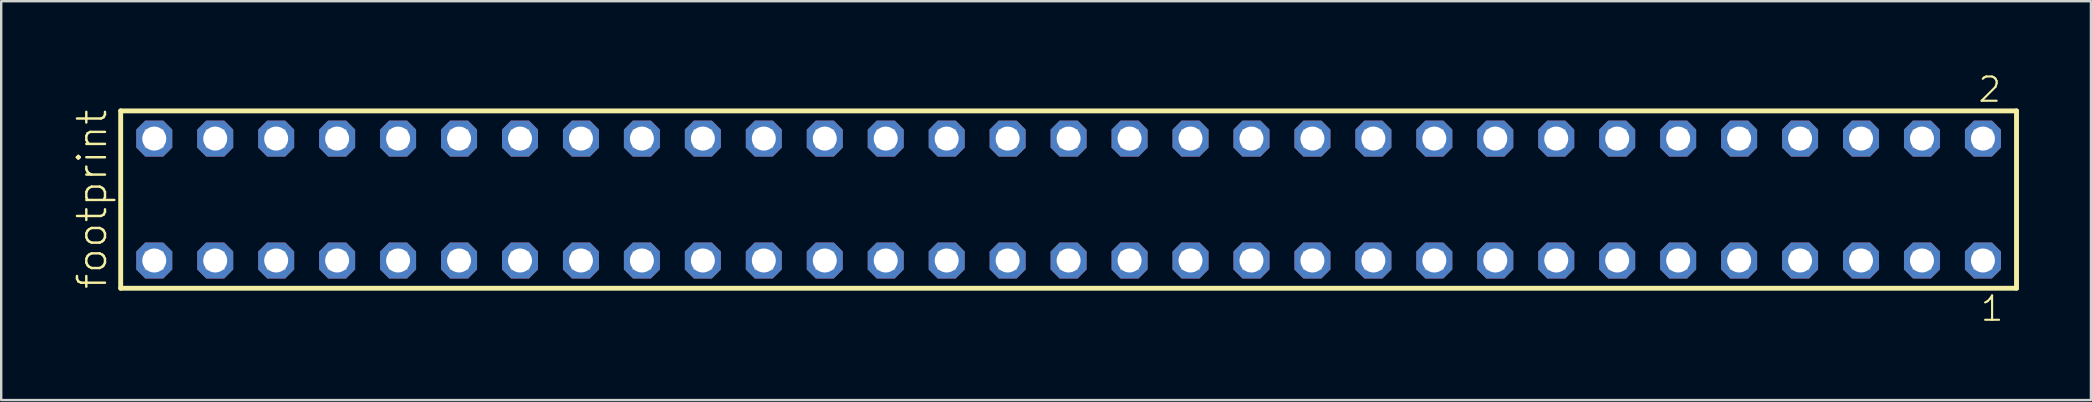
<source format=kicad_pcb>
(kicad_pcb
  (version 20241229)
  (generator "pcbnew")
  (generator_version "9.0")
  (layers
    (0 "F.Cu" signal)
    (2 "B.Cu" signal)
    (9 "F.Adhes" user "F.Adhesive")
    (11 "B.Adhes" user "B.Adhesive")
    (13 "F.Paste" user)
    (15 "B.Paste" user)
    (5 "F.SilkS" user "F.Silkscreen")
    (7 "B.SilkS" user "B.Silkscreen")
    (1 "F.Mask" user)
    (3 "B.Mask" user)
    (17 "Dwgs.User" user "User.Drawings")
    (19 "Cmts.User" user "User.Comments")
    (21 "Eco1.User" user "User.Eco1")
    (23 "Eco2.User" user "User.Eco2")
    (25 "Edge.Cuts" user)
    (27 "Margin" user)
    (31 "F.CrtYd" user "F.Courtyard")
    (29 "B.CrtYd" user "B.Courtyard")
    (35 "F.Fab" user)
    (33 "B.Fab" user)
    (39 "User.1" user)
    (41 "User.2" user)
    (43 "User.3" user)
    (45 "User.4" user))
  (footprint "footprint"
    (layer "F.Cu")
    (at 41.478 5.265)
    (property "Reference" "footprint" (at -40.005 3.81 90) (layer "F.SilkS") (effects (font (size 1.168 1.168) (thickness 0.102)) (justify left bottom)))
    (fp_line (start -39.499 -3.695) (end 39.499 -3.695) (stroke (width 0.203) (type solid)) (layer "F.SilkS"))
    (fp_line (start -39.499 3.695) (end -39.499 -3.695) (stroke (width 0.203) (type solid)) (layer "F.SilkS"))
    (fp_line (start 39.499 -3.695) (end 39.499 3.695) (stroke (width 0.203) (type solid)) (layer "F.SilkS"))
    (fp_line (start 39.499 3.695) (end -39.499 3.695) (stroke (width 0.203) (type solid)) (layer "F.SilkS"))
    (fp_poly (pts (xy -38.45 -2.19) (xy -37.75 -2.19) (xy -37.75 -2.89) (xy -38.45 -2.89)) (stroke (width 0.1) (type solid)) (fill no) (layer "F.Fab"))
    (fp_poly (pts (xy -38.45 2.89) (xy -37.75 2.89) (xy -37.75 2.19) (xy -38.45 2.19)) (stroke (width 0.1) (type solid)) (fill no) (layer "F.Fab"))
    (fp_poly (pts (xy -35.91 -2.19) (xy -35.21 -2.19) (xy -35.21 -2.89) (xy -35.91 -2.89)) (stroke (width 0.1) (type solid)) (fill no) (layer "F.Fab"))
    (fp_poly (pts (xy -35.91 2.89) (xy -35.21 2.89) (xy -35.21 2.19) (xy -35.91 2.19)) (stroke (width 0.1) (type solid)) (fill no) (layer "F.Fab"))
    (fp_poly (pts (xy -33.37 -2.19) (xy -32.67 -2.19) (xy -32.67 -2.89) (xy -33.37 -2.89)) (stroke (width 0.1) (type solid)) (fill no) (layer "F.Fab"))
    (fp_poly (pts (xy -33.37 2.89) (xy -32.67 2.89) (xy -32.67 2.19) (xy -33.37 2.19)) (stroke (width 0.1) (type solid)) (fill no) (layer "F.Fab"))
    (fp_poly (pts (xy -30.83 -2.19) (xy -30.13 -2.19) (xy -30.13 -2.89) (xy -30.83 -2.89)) (stroke (width 0.1) (type solid)) (fill no) (layer "F.Fab"))
    (fp_poly (pts (xy -30.83 2.89) (xy -30.13 2.89) (xy -30.13 2.19) (xy -30.83 2.19)) (stroke (width 0.1) (type solid)) (fill no) (layer "F.Fab"))
    (fp_poly (pts (xy -28.29 -2.19) (xy -27.59 -2.19) (xy -27.59 -2.89) (xy -28.29 -2.89)) (stroke (width 0.1) (type solid)) (fill no) (layer "F.Fab"))
    (fp_poly (pts (xy -28.29 2.89) (xy -27.59 2.89) (xy -27.59 2.19) (xy -28.29 2.19)) (stroke (width 0.1) (type solid)) (fill no) (layer "F.Fab"))
    (fp_poly (pts (xy -25.75 -2.19) (xy -25.05 -2.19) (xy -25.05 -2.89) (xy -25.75 -2.89)) (stroke (width 0.1) (type solid)) (fill no) (layer "F.Fab"))
    (fp_poly (pts (xy -25.75 2.89) (xy -25.05 2.89) (xy -25.05 2.19) (xy -25.75 2.19)) (stroke (width 0.1) (type solid)) (fill no) (layer "F.Fab"))
    (fp_poly (pts (xy -23.21 -2.19) (xy -22.51 -2.19) (xy -22.51 -2.89) (xy -23.21 -2.89)) (stroke (width 0.1) (type solid)) (fill no) (layer "F.Fab"))
    (fp_poly (pts (xy -23.21 2.89) (xy -22.51 2.89) (xy -22.51 2.19) (xy -23.21 2.19)) (stroke (width 0.1) (type solid)) (fill no) (layer "F.Fab"))
    (fp_poly (pts (xy -20.67 -2.19) (xy -19.97 -2.19) (xy -19.97 -2.89) (xy -20.67 -2.89)) (stroke (width 0.1) (type solid)) (fill no) (layer "F.Fab"))
    (fp_poly (pts (xy -20.67 2.89) (xy -19.97 2.89) (xy -19.97 2.19) (xy -20.67 2.19)) (stroke (width 0.1) (type solid)) (fill no) (layer "F.Fab"))
    (fp_poly (pts (xy -18.13 -2.19) (xy -17.43 -2.19) (xy -17.43 -2.89) (xy -18.13 -2.89)) (stroke (width 0.1) (type solid)) (fill no) (layer "F.Fab"))
    (fp_poly (pts (xy -18.13 2.89) (xy -17.43 2.89) (xy -17.43 2.19) (xy -18.13 2.19)) (stroke (width 0.1) (type solid)) (fill no) (layer "F.Fab"))
    (fp_poly (pts (xy -15.59 -2.19) (xy -14.89 -2.19) (xy -14.89 -2.89) (xy -15.59 -2.89)) (stroke (width 0.1) (type solid)) (fill no) (layer "F.Fab"))
    (fp_poly (pts (xy -15.59 2.89) (xy -14.89 2.89) (xy -14.89 2.19) (xy -15.59 2.19)) (stroke (width 0.1) (type solid)) (fill no) (layer "F.Fab"))
    (fp_poly (pts (xy -13.05 -2.19) (xy -12.35 -2.19) (xy -12.35 -2.89) (xy -13.05 -2.89)) (stroke (width 0.1) (type solid)) (fill no) (layer "F.Fab"))
    (fp_poly (pts (xy -13.05 2.89) (xy -12.35 2.89) (xy -12.35 2.19) (xy -13.05 2.19)) (stroke (width 0.1) (type solid)) (fill no) (layer "F.Fab"))
    (fp_poly (pts (xy -10.51 -2.19) (xy -9.81 -2.19) (xy -9.81 -2.89) (xy -10.51 -2.89)) (stroke (width 0.1) (type solid)) (fill no) (layer "F.Fab"))
    (fp_poly (pts (xy -10.51 2.89) (xy -9.81 2.89) (xy -9.81 2.19) (xy -10.51 2.19)) (stroke (width 0.1) (type solid)) (fill no) (layer "F.Fab"))
    (fp_poly (pts (xy -7.97 -2.19) (xy -7.27 -2.19) (xy -7.27 -2.89) (xy -7.97 -2.89)) (stroke (width 0.1) (type solid)) (fill no) (layer "F.Fab"))
    (fp_poly (pts (xy -7.97 2.89) (xy -7.27 2.89) (xy -7.27 2.19) (xy -7.97 2.19)) (stroke (width 0.1) (type solid)) (fill no) (layer "F.Fab"))
    (fp_poly (pts (xy -5.43 -2.19) (xy -4.73 -2.19) (xy -4.73 -2.89) (xy -5.43 -2.89)) (stroke (width 0.1) (type solid)) (fill no) (layer "F.Fab"))
    (fp_poly (pts (xy -5.43 2.89) (xy -4.73 2.89) (xy -4.73 2.19) (xy -5.43 2.19)) (stroke (width 0.1) (type solid)) (fill no) (layer "F.Fab"))
    (fp_poly (pts (xy -2.89 -2.19) (xy -2.19 -2.19) (xy -2.19 -2.89) (xy -2.89 -2.89)) (stroke (width 0.1) (type solid)) (fill no) (layer "F.Fab"))
    (fp_poly (pts (xy -2.89 2.89) (xy -2.19 2.89) (xy -2.19 2.19) (xy -2.89 2.19)) (stroke (width 0.1) (type solid)) (fill no) (layer "F.Fab"))
    (fp_poly (pts (xy -0.35 -2.19) (xy 0.35 -2.19) (xy 0.35 -2.89) (xy -0.35 -2.89)) (stroke (width 0.1) (type solid)) (fill no) (layer "F.Fab"))
    (fp_poly (pts (xy -0.35 2.89) (xy 0.35 2.89) (xy 0.35 2.19) (xy -0.35 2.19)) (stroke (width 0.1) (type solid)) (fill no) (layer "F.Fab"))
    (fp_poly (pts (xy 2.19 -2.19) (xy 2.89 -2.19) (xy 2.89 -2.89) (xy 2.19 -2.89)) (stroke (width 0.1) (type solid)) (fill no) (layer "F.Fab"))
    (fp_poly (pts (xy 2.19 2.89) (xy 2.89 2.89) (xy 2.89 2.19) (xy 2.19 2.19)) (stroke (width 0.1) (type solid)) (fill no) (layer "F.Fab"))
    (fp_poly (pts (xy 4.73 -2.19) (xy 5.43 -2.19) (xy 5.43 -2.89) (xy 4.73 -2.89)) (stroke (width 0.1) (type solid)) (fill no) (layer "F.Fab"))
    (fp_poly (pts (xy 4.73 2.89) (xy 5.43 2.89) (xy 5.43 2.19) (xy 4.73 2.19)) (stroke (width 0.1) (type solid)) (fill no) (layer "F.Fab"))
    (fp_poly (pts (xy 7.27 -2.19) (xy 7.97 -2.19) (xy 7.97 -2.89) (xy 7.27 -2.89)) (stroke (width 0.1) (type solid)) (fill no) (layer "F.Fab"))
    (fp_poly (pts (xy 7.27 2.89) (xy 7.97 2.89) (xy 7.97 2.19) (xy 7.27 2.19)) (stroke (width 0.1) (type solid)) (fill no) (layer "F.Fab"))
    (fp_poly (pts (xy 9.81 -2.19) (xy 10.51 -2.19) (xy 10.51 -2.89) (xy 9.81 -2.89)) (stroke (width 0.1) (type solid)) (fill no) (layer "F.Fab"))
    (fp_poly (pts (xy 9.81 2.89) (xy 10.51 2.89) (xy 10.51 2.19) (xy 9.81 2.19)) (stroke (width 0.1) (type solid)) (fill no) (layer "F.Fab"))
    (fp_poly (pts (xy 12.35 -2.19) (xy 13.05 -2.19) (xy 13.05 -2.89) (xy 12.35 -2.89)) (stroke (width 0.1) (type solid)) (fill no) (layer "F.Fab"))
    (fp_poly (pts (xy 12.35 2.89) (xy 13.05 2.89) (xy 13.05 2.19) (xy 12.35 2.19)) (stroke (width 0.1) (type solid)) (fill no) (layer "F.Fab"))
    (fp_poly (pts (xy 14.89 -2.19) (xy 15.59 -2.19) (xy 15.59 -2.89) (xy 14.89 -2.89)) (stroke (width 0.1) (type solid)) (fill no) (layer "F.Fab"))
    (fp_poly (pts (xy 14.89 2.89) (xy 15.59 2.89) (xy 15.59 2.19) (xy 14.89 2.19)) (stroke (width 0.1) (type solid)) (fill no) (layer "F.Fab"))
    (fp_poly (pts (xy 17.43 -2.19) (xy 18.13 -2.19) (xy 18.13 -2.89) (xy 17.43 -2.89)) (stroke (width 0.1) (type solid)) (fill no) (layer "F.Fab"))
    (fp_poly (pts (xy 17.43 2.89) (xy 18.13 2.89) (xy 18.13 2.19) (xy 17.43 2.19)) (stroke (width 0.1) (type solid)) (fill no) (layer "F.Fab"))
    (fp_poly (pts (xy 19.97 -2.19) (xy 20.67 -2.19) (xy 20.67 -2.89) (xy 19.97 -2.89)) (stroke (width 0.1) (type solid)) (fill no) (layer "F.Fab"))
    (fp_poly (pts (xy 19.97 2.89) (xy 20.67 2.89) (xy 20.67 2.19) (xy 19.97 2.19)) (stroke (width 0.1) (type solid)) (fill no) (layer "F.Fab"))
    (fp_poly (pts (xy 22.51 -2.19) (xy 23.21 -2.19) (xy 23.21 -2.89) (xy 22.51 -2.89)) (stroke (width 0.1) (type solid)) (fill no) (layer "F.Fab"))
    (fp_poly (pts (xy 22.51 2.89) (xy 23.21 2.89) (xy 23.21 2.19) (xy 22.51 2.19)) (stroke (width 0.1) (type solid)) (fill no) (layer "F.Fab"))
    (fp_poly (pts (xy 25.05 -2.19) (xy 25.75 -2.19) (xy 25.75 -2.89) (xy 25.05 -2.89)) (stroke (width 0.1) (type solid)) (fill no) (layer "F.Fab"))
    (fp_poly (pts (xy 25.05 2.89) (xy 25.75 2.89) (xy 25.75 2.19) (xy 25.05 2.19)) (stroke (width 0.1) (type solid)) (fill no) (layer "F.Fab"))
    (fp_poly (pts (xy 27.59 -2.19) (xy 28.29 -2.19) (xy 28.29 -2.89) (xy 27.59 -2.89)) (stroke (width 0.1) (type solid)) (fill no) (layer "F.Fab"))
    (fp_poly (pts (xy 27.59 2.89) (xy 28.29 2.89) (xy 28.29 2.19) (xy 27.59 2.19)) (stroke (width 0.1) (type solid)) (fill no) (layer "F.Fab"))
    (fp_poly (pts (xy 30.13 -2.19) (xy 30.83 -2.19) (xy 30.83 -2.89) (xy 30.13 -2.89)) (stroke (width 0.1) (type solid)) (fill no) (layer "F.Fab"))
    (fp_poly (pts (xy 30.13 2.89) (xy 30.83 2.89) (xy 30.83 2.19) (xy 30.13 2.19)) (stroke (width 0.1) (type solid)) (fill no) (layer "F.Fab"))
    (fp_poly (pts (xy 32.67 -2.19) (xy 33.37 -2.19) (xy 33.37 -2.89) (xy 32.67 -2.89)) (stroke (width 0.1) (type solid)) (fill no) (layer "F.Fab"))
    (fp_poly (pts (xy 32.67 2.89) (xy 33.37 2.89) (xy 33.37 2.19) (xy 32.67 2.19)) (stroke (width 0.1) (type solid)) (fill no) (layer "F.Fab"))
    (fp_poly (pts (xy 35.21 -2.19) (xy 35.91 -2.19) (xy 35.91 -2.89) (xy 35.21 -2.89)) (stroke (width 0.1) (type solid)) (fill no) (layer "F.Fab"))
    (fp_poly (pts (xy 35.21 2.89) (xy 35.91 2.89) (xy 35.91 2.19) (xy 35.21 2.19)) (stroke (width 0.1) (type solid)) (fill no) (layer "F.Fab"))
    (fp_poly (pts (xy 37.75 -2.19) (xy 38.45 -2.19) (xy 38.45 -2.89) (xy 37.75 -2.89)) (stroke (width 0.1) (type solid)) (fill no) (layer "F.Fab"))
    (fp_poly (pts (xy 37.75 2.89) (xy 38.45 2.89) (xy 38.45 2.19) (xy 37.75 2.19)) (stroke (width 0.1) (type solid)) (fill no) (layer "F.Fab"))
    (fp_text user "1" (at 37.942 5.138 0) (layer "F.SilkS") (effects (font (size 1.012 1.012) (thickness 0.088)) (justify left bottom)))
    (fp_text user "2" (at 37.842 -3.989 0) (layer "F.SilkS") (effects (font (size 1.012 1.012) (thickness 0.088)) (justify left bottom)))
    (pad "1" thru_hole roundrect (at 38.1 2.54 180) (size 1.5 1.5) (drill 1) (layers "*.Cu" "*.Mask") (roundrect_rratio 0.25) (chamfer_ratio 0.25) (chamfer top_left top_right bottom_left bottom_right))
    (pad "2" thru_hole roundrect (at 38.1 -2.54 180) (size 1.5 1.5) (drill 1) (layers "*.Cu" "*.Mask") (roundrect_rratio 0.25) (chamfer_ratio 0.25) (chamfer top_left top_right bottom_left bottom_right))
    (pad "3" thru_hole roundrect (at 35.56 2.54 180) (size 1.5 1.5) (drill 1) (layers "*.Cu" "*.Mask") (roundrect_rratio 0.25) (chamfer_ratio 0.25) (chamfer top_left top_right bottom_left bottom_right))
    (pad "4" thru_hole roundrect (at 35.56 -2.54 180) (size 1.5 1.5) (drill 1) (layers "*.Cu" "*.Mask") (roundrect_rratio 0.25) (chamfer_ratio 0.25) (chamfer top_left top_right bottom_left bottom_right))
    (pad "5" thru_hole roundrect (at 33.02 2.54 180) (size 1.5 1.5) (drill 1) (layers "*.Cu" "*.Mask") (roundrect_rratio 0.25) (chamfer_ratio 0.25) (chamfer top_left top_right bottom_left bottom_right))
    (pad "6" thru_hole roundrect (at 33.02 -2.54 180) (size 1.5 1.5) (drill 1) (layers "*.Cu" "*.Mask") (roundrect_rratio 0.25) (chamfer_ratio 0.25) (chamfer top_left top_right bottom_left bottom_right))
    (pad "7" thru_hole roundrect (at 30.48 2.54 180) (size 1.5 1.5) (drill 1) (layers "*.Cu" "*.Mask") (roundrect_rratio 0.25) (chamfer_ratio 0.25) (chamfer top_left top_right bottom_left bottom_right))
    (pad "8" thru_hole roundrect (at 30.48 -2.54 180) (size 1.5 1.5) (drill 1) (layers "*.Cu" "*.Mask") (roundrect_rratio 0.25) (chamfer_ratio 0.25) (chamfer top_left top_right bottom_left bottom_right))
    (pad "9" thru_hole roundrect (at 27.94 2.54 180) (size 1.5 1.5) (drill 1) (layers "*.Cu" "*.Mask") (roundrect_rratio 0.25) (chamfer_ratio 0.25) (chamfer top_left top_right bottom_left bottom_right))
    (pad "10" thru_hole roundrect (at 27.94 -2.54 180) (size 1.5 1.5) (drill 1) (layers "*.Cu" "*.Mask") (roundrect_rratio 0.25) (chamfer_ratio 0.25) (chamfer top_left top_right bottom_left bottom_right))
    (pad "11" thru_hole roundrect (at 25.4 2.54 180) (size 1.5 1.5) (drill 1) (layers "*.Cu" "*.Mask") (roundrect_rratio 0.25) (chamfer_ratio 0.25) (chamfer top_left top_right bottom_left bottom_right))
    (pad "12" thru_hole roundrect (at 25.4 -2.54 180) (size 1.5 1.5) (drill 1) (layers "*.Cu" "*.Mask") (roundrect_rratio 0.25) (chamfer_ratio 0.25) (chamfer top_left top_right bottom_left bottom_right))
    (pad "13" thru_hole roundrect (at 22.86 2.54 180) (size 1.5 1.5) (drill 1) (layers "*.Cu" "*.Mask") (roundrect_rratio 0.25) (chamfer_ratio 0.25) (chamfer top_left top_right bottom_left bottom_right))
    (pad "14" thru_hole roundrect (at 22.86 -2.54 180) (size 1.5 1.5) (drill 1) (layers "*.Cu" "*.Mask") (roundrect_rratio 0.25) (chamfer_ratio 0.25) (chamfer top_left top_right bottom_left bottom_right))
    (pad "15" thru_hole roundrect (at 20.32 2.54 180) (size 1.5 1.5) (drill 1) (layers "*.Cu" "*.Mask") (roundrect_rratio 0.25) (chamfer_ratio 0.25) (chamfer top_left top_right bottom_left bottom_right))
    (pad "16" thru_hole roundrect (at 20.32 -2.54 180) (size 1.5 1.5) (drill 1) (layers "*.Cu" "*.Mask") (roundrect_rratio 0.25) (chamfer_ratio 0.25) (chamfer top_left top_right bottom_left bottom_right))
    (pad "17" thru_hole roundrect (at 17.78 2.54 180) (size 1.5 1.5) (drill 1) (layers "*.Cu" "*.Mask") (roundrect_rratio 0.25) (chamfer_ratio 0.25) (chamfer top_left top_right bottom_left bottom_right))
    (pad "18" thru_hole roundrect (at 17.78 -2.54 180) (size 1.5 1.5) (drill 1) (layers "*.Cu" "*.Mask") (roundrect_rratio 0.25) (chamfer_ratio 0.25) (chamfer top_left top_right bottom_left bottom_right))
    (pad "19" thru_hole roundrect (at 15.24 2.54 180) (size 1.5 1.5) (drill 1) (layers "*.Cu" "*.Mask") (roundrect_rratio 0.25) (chamfer_ratio 0.25) (chamfer top_left top_right bottom_left bottom_right))
    (pad "20" thru_hole roundrect (at 15.24 -2.54 180) (size 1.5 1.5) (drill 1) (layers "*.Cu" "*.Mask") (roundrect_rratio 0.25) (chamfer_ratio 0.25) (chamfer top_left top_right bottom_left bottom_right))
    (pad "21" thru_hole roundrect (at 12.7 2.54 180) (size 1.5 1.5) (drill 1) (layers "*.Cu" "*.Mask") (roundrect_rratio 0.25) (chamfer_ratio 0.25) (chamfer top_left top_right bottom_left bottom_right))
    (pad "22" thru_hole roundrect (at 12.7 -2.54 180) (size 1.5 1.5) (drill 1) (layers "*.Cu" "*.Mask") (roundrect_rratio 0.25) (chamfer_ratio 0.25) (chamfer top_left top_right bottom_left bottom_right))
    (pad "23" thru_hole roundrect (at 10.16 2.54 180) (size 1.5 1.5) (drill 1) (layers "*.Cu" "*.Mask") (roundrect_rratio 0.25) (chamfer_ratio 0.25) (chamfer top_left top_right bottom_left bottom_right))
    (pad "24" thru_hole roundrect (at 10.16 -2.54 180) (size 1.5 1.5) (drill 1) (layers "*.Cu" "*.Mask") (roundrect_rratio 0.25) (chamfer_ratio 0.25) (chamfer top_left top_right bottom_left bottom_right))
    (pad "25" thru_hole roundrect (at 7.62 2.54 180) (size 1.5 1.5) (drill 1) (layers "*.Cu" "*.Mask") (roundrect_rratio 0.25) (chamfer_ratio 0.25) (chamfer top_left top_right bottom_left bottom_right))
    (pad "26" thru_hole roundrect (at 7.62 -2.54 180) (size 1.5 1.5) (drill 1) (layers "*.Cu" "*.Mask") (roundrect_rratio 0.25) (chamfer_ratio 0.25) (chamfer top_left top_right bottom_left bottom_right))
    (pad "27" thru_hole roundrect (at 5.08 2.54 180) (size 1.5 1.5) (drill 1) (layers "*.Cu" "*.Mask") (roundrect_rratio 0.25) (chamfer_ratio 0.25) (chamfer top_left top_right bottom_left bottom_right))
    (pad "28" thru_hole roundrect (at 5.08 -2.54 180) (size 1.5 1.5) (drill 1) (layers "*.Cu" "*.Mask") (roundrect_rratio 0.25) (chamfer_ratio 0.25) (chamfer top_left top_right bottom_left bottom_right))
    (pad "29" thru_hole roundrect (at 2.54 2.54 180) (size 1.5 1.5) (drill 1) (layers "*.Cu" "*.Mask") (roundrect_rratio 0.25) (chamfer_ratio 0.25) (chamfer top_left top_right bottom_left bottom_right))
    (pad "30" thru_hole roundrect (at 2.54 -2.54 180) (size 1.5 1.5) (drill 1) (layers "*.Cu" "*.Mask") (roundrect_rratio 0.25) (chamfer_ratio 0.25) (chamfer top_left top_right bottom_left bottom_right))
    (pad "31" thru_hole roundrect (at 0 2.54 180) (size 1.5 1.5) (drill 1) (layers "*.Cu" "*.Mask") (roundrect_rratio 0.25) (chamfer_ratio 0.25) (chamfer top_left top_right bottom_left bottom_right))
    (pad "32" thru_hole roundrect (at 0 -2.54 180) (size 1.5 1.5) (drill 1) (layers "*.Cu" "*.Mask") (roundrect_rratio 0.25) (chamfer_ratio 0.25) (chamfer top_left top_right bottom_left bottom_right))
    (pad "33" thru_hole roundrect (at -2.54 2.54 180) (size 1.5 1.5) (drill 1) (layers "*.Cu" "*.Mask") (roundrect_rratio 0.25) (chamfer_ratio 0.25) (chamfer top_left top_right bottom_left bottom_right))
    (pad "34" thru_hole roundrect (at -2.54 -2.54 180) (size 1.5 1.5) (drill 1) (layers "*.Cu" "*.Mask") (roundrect_rratio 0.25) (chamfer_ratio 0.25) (chamfer top_left top_right bottom_left bottom_right))
    (pad "35" thru_hole roundrect (at -5.08 2.54 180) (size 1.5 1.5) (drill 1) (layers "*.Cu" "*.Mask") (roundrect_rratio 0.25) (chamfer_ratio 0.25) (chamfer top_left top_right bottom_left bottom_right))
    (pad "36" thru_hole roundrect (at -5.08 -2.54 180) (size 1.5 1.5) (drill 1) (layers "*.Cu" "*.Mask") (roundrect_rratio 0.25) (chamfer_ratio 0.25) (chamfer top_left top_right bottom_left bottom_right))
    (pad "37" thru_hole roundrect (at -7.62 2.54 180) (size 1.5 1.5) (drill 1) (layers "*.Cu" "*.Mask") (roundrect_rratio 0.25) (chamfer_ratio 0.25) (chamfer top_left top_right bottom_left bottom_right))
    (pad "38" thru_hole roundrect (at -7.62 -2.54 180) (size 1.5 1.5) (drill 1) (layers "*.Cu" "*.Mask") (roundrect_rratio 0.25) (chamfer_ratio 0.25) (chamfer top_left top_right bottom_left bottom_right))
    (pad "39" thru_hole roundrect (at -10.16 2.54 180) (size 1.5 1.5) (drill 1) (layers "*.Cu" "*.Mask") (roundrect_rratio 0.25) (chamfer_ratio 0.25) (chamfer top_left top_right bottom_left bottom_right))
    (pad "40" thru_hole roundrect (at -10.16 -2.54 180) (size 1.5 1.5) (drill 1) (layers "*.Cu" "*.Mask") (roundrect_rratio 0.25) (chamfer_ratio 0.25) (chamfer top_left top_right bottom_left bottom_right))
    (pad "41" thru_hole roundrect (at -12.7 2.54 180) (size 1.5 1.5) (drill 1) (layers "*.Cu" "*.Mask") (roundrect_rratio 0.25) (chamfer_ratio 0.25) (chamfer top_left top_right bottom_left bottom_right))
    (pad "42" thru_hole roundrect (at -12.7 -2.54 180) (size 1.5 1.5) (drill 1) (layers "*.Cu" "*.Mask") (roundrect_rratio 0.25) (chamfer_ratio 0.25) (chamfer top_left top_right bottom_left bottom_right))
    (pad "43" thru_hole roundrect (at -15.24 2.54 180) (size 1.5 1.5) (drill 1) (layers "*.Cu" "*.Mask") (roundrect_rratio 0.25) (chamfer_ratio 0.25) (chamfer top_left top_right bottom_left bottom_right))
    (pad "44" thru_hole roundrect (at -15.24 -2.54 180) (size 1.5 1.5) (drill 1) (layers "*.Cu" "*.Mask") (roundrect_rratio 0.25) (chamfer_ratio 0.25) (chamfer top_left top_right bottom_left bottom_right))
    (pad "45" thru_hole roundrect (at -17.78 2.54 180) (size 1.5 1.5) (drill 1) (layers "*.Cu" "*.Mask") (roundrect_rratio 0.25) (chamfer_ratio 0.25) (chamfer top_left top_right bottom_left bottom_right))
    (pad "46" thru_hole roundrect (at -17.78 -2.54 180) (size 1.5 1.5) (drill 1) (layers "*.Cu" "*.Mask") (roundrect_rratio 0.25) (chamfer_ratio 0.25) (chamfer top_left top_right bottom_left bottom_right))
    (pad "47" thru_hole roundrect (at -20.32 2.54 180) (size 1.5 1.5) (drill 1) (layers "*.Cu" "*.Mask") (roundrect_rratio 0.25) (chamfer_ratio 0.25) (chamfer top_left top_right bottom_left bottom_right))
    (pad "48" thru_hole roundrect (at -20.32 -2.54 180) (size 1.5 1.5) (drill 1) (layers "*.Cu" "*.Mask") (roundrect_rratio 0.25) (chamfer_ratio 0.25) (chamfer top_left top_right bottom_left bottom_right))
    (pad "49" thru_hole roundrect (at -22.86 2.54 180) (size 1.5 1.5) (drill 1) (layers "*.Cu" "*.Mask") (roundrect_rratio 0.25) (chamfer_ratio 0.25) (chamfer top_left top_right bottom_left bottom_right))
    (pad "50" thru_hole roundrect (at -22.86 -2.54 180) (size 1.5 1.5) (drill 1) (layers "*.Cu" "*.Mask") (roundrect_rratio 0.25) (chamfer_ratio 0.25) (chamfer top_left top_right bottom_left bottom_right))
    (pad "51" thru_hole roundrect (at -25.4 2.54 180) (size 1.5 1.5) (drill 1) (layers "*.Cu" "*.Mask") (roundrect_rratio 0.25) (chamfer_ratio 0.25) (chamfer top_left top_right bottom_left bottom_right))
    (pad "52" thru_hole roundrect (at -25.4 -2.54 180) (size 1.5 1.5) (drill 1) (layers "*.Cu" "*.Mask") (roundrect_rratio 0.25) (chamfer_ratio 0.25) (chamfer top_left top_right bottom_left bottom_right))
    (pad "53" thru_hole roundrect (at -27.94 2.54 180) (size 1.5 1.5) (drill 1) (layers "*.Cu" "*.Mask") (roundrect_rratio 0.25) (chamfer_ratio 0.25) (chamfer top_left top_right bottom_left bottom_right))
    (pad "54" thru_hole roundrect (at -27.94 -2.54 180) (size 1.5 1.5) (drill 1) (layers "*.Cu" "*.Mask") (roundrect_rratio 0.25) (chamfer_ratio 0.25) (chamfer top_left top_right bottom_left bottom_right))
    (pad "55" thru_hole roundrect (at -30.48 2.54 180) (size 1.5 1.5) (drill 1) (layers "*.Cu" "*.Mask") (roundrect_rratio 0.25) (chamfer_ratio 0.25) (chamfer top_left top_right bottom_left bottom_right))
    (pad "56" thru_hole roundrect (at -30.48 -2.54 180) (size 1.5 1.5) (drill 1) (layers "*.Cu" "*.Mask") (roundrect_rratio 0.25) (chamfer_ratio 0.25) (chamfer top_left top_right bottom_left bottom_right))
    (pad "57" thru_hole roundrect (at -33.02 2.54 180) (size 1.5 1.5) (drill 1) (layers "*.Cu" "*.Mask") (roundrect_rratio 0.25) (chamfer_ratio 0.25) (chamfer top_left top_right bottom_left bottom_right))
    (pad "58" thru_hole roundrect (at -33.02 -2.54 180) (size 1.5 1.5) (drill 1) (layers "*.Cu" "*.Mask") (roundrect_rratio 0.25) (chamfer_ratio 0.25) (chamfer top_left top_right bottom_left bottom_right))
    (pad "59" thru_hole roundrect (at -35.56 2.54 180) (size 1.5 1.5) (drill 1) (layers "*.Cu" "*.Mask") (roundrect_rratio 0.25) (chamfer_ratio 0.25) (chamfer top_left top_right bottom_left bottom_right))
    (pad "60" thru_hole roundrect (at -35.56 -2.54 180) (size 1.5 1.5) (drill 1) (layers "*.Cu" "*.Mask") (roundrect_rratio 0.25) (chamfer_ratio 0.25) (chamfer top_left top_right bottom_left bottom_right))
    (pad "61" thru_hole roundrect (at -38.1 2.54 180) (size 1.5 1.5) (drill 1) (layers "*.Cu" "*.Mask") (roundrect_rratio 0.25) (chamfer_ratio 0.25) (chamfer top_left top_right bottom_left bottom_right))
    (pad "62" thru_hole roundrect (at -38.1 -2.54 180) (size 1.5 1.5) (drill 1) (layers "*.Cu" "*.Mask") (roundrect_rratio 0.25) (chamfer_ratio 0.25) (chamfer top_left top_right bottom_left bottom_right)))
  (gr_rect
    (start -3 -3)
    (end 84.079 13.62)
    (stroke (width 0.1) (type default))
    (fill no)
    (layer "Edge.Cuts")))
</source>
